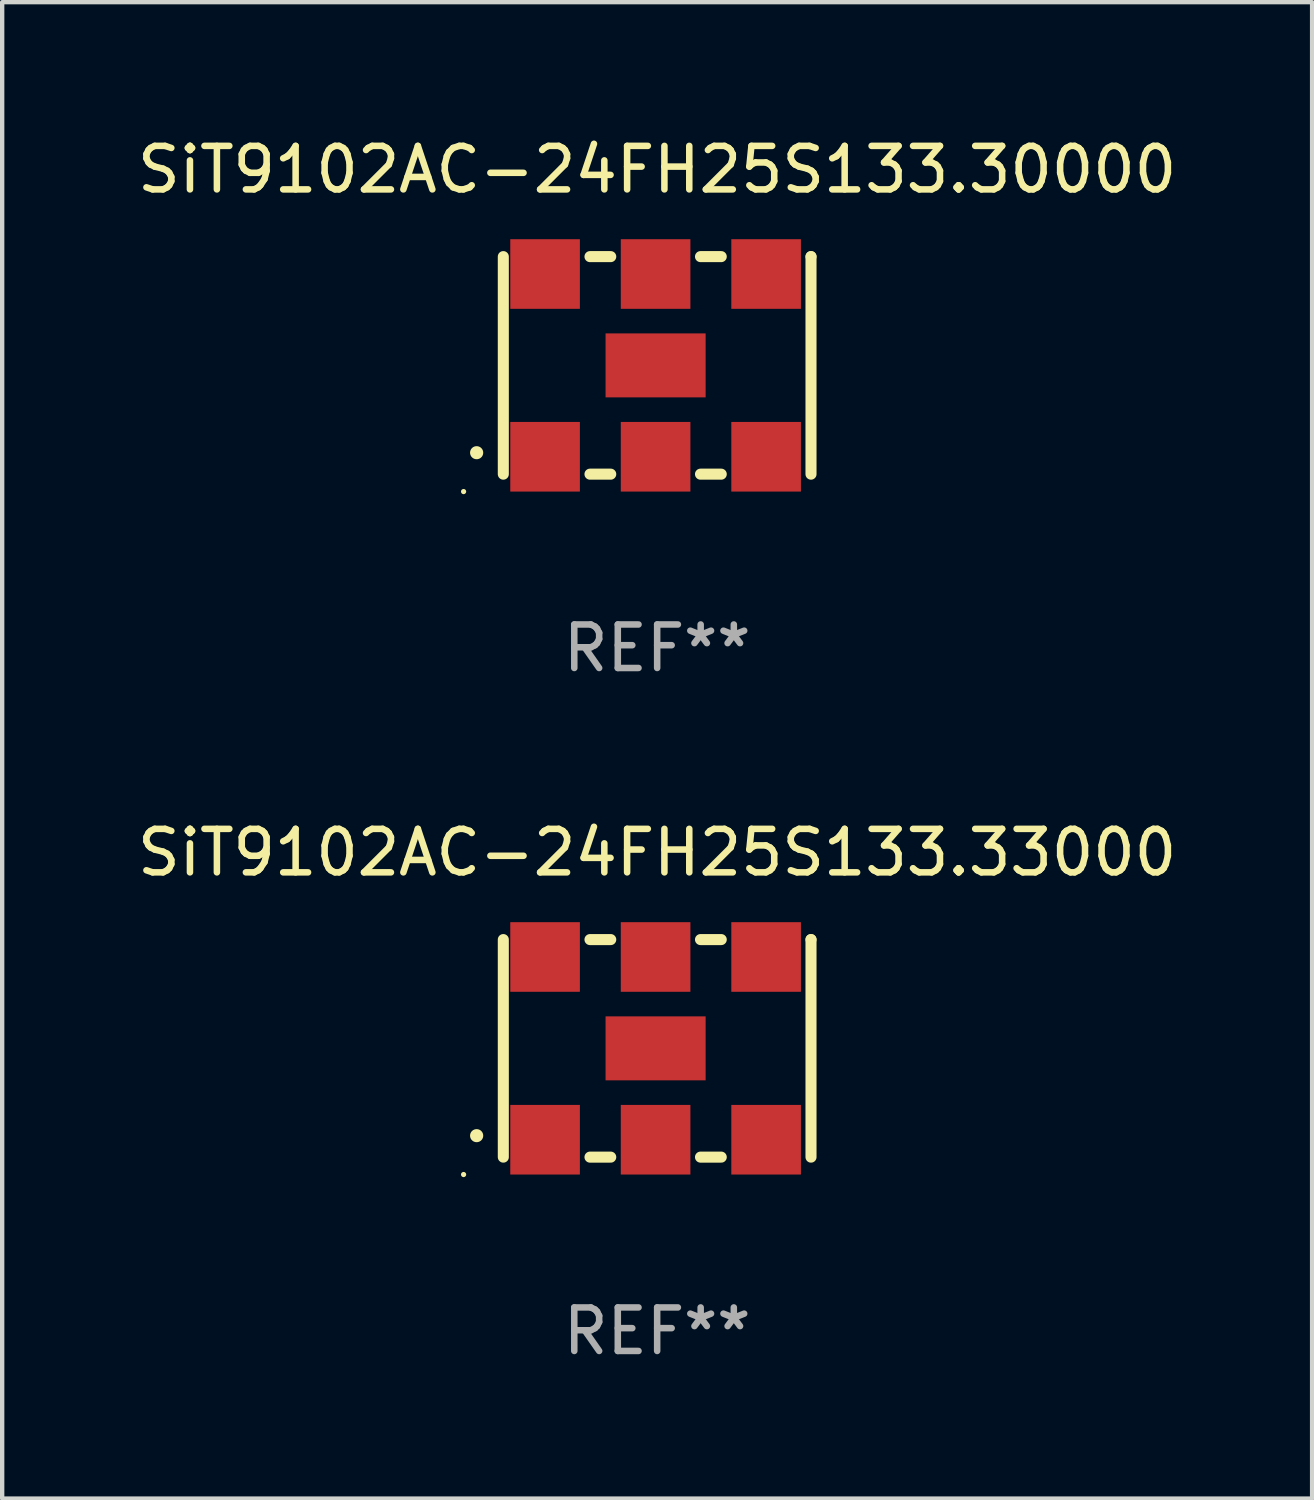
<source format=kicad_pcb>
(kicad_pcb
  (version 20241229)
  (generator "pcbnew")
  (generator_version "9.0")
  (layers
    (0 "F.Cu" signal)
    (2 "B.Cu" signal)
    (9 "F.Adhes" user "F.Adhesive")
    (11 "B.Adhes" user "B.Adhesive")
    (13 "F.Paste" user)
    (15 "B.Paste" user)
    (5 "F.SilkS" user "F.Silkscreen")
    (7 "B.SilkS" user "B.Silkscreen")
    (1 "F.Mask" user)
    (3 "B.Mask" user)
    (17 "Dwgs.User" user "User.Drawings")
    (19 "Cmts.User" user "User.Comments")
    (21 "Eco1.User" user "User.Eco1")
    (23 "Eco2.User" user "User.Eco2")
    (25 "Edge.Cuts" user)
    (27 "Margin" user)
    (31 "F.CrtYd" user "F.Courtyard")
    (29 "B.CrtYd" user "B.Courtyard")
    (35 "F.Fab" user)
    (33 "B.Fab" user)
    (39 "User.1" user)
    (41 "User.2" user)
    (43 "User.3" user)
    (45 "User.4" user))
  (footprint "SiT9102AC-24FH25S133.30000"
    (layer "F.Cu")
    (at 12.054 5.348)
    (property "Reference" "SiT9102AC-24FH25S133.30000" (at 0 -4.5 0) (layer "F.SilkS") (effects (font (size 1 1) (thickness 0.15))))
    (attr through_hole)
    (fp_line (start -3.536 -2.5) (end -3.536 2.5) (stroke (width 0.254) (type solid)) (layer "F.SilkS"))
    (fp_line (start -1.544 2.5) (end -1.067 2.5) (stroke (width 0.254) (type solid)) (layer "F.SilkS"))
    (fp_line (start -1.067 -2.5) (end -1.544 -2.5) (stroke (width 0.254) (type solid)) (layer "F.SilkS"))
    (fp_line (start 0.996 2.5) (end 1.473 2.5) (stroke (width 0.254) (type solid)) (layer "F.SilkS"))
    (fp_line (start 1.473 -2.5) (end 0.996 -2.5) (stroke (width 0.254) (type solid)) (layer "F.SilkS"))
    (fp_line (start 3.536 -2.5) (end 3.536 -2.5) (stroke (width 0.254) (type solid)) (layer "F.SilkS"))
    (fp_line (start 3.536 2.5) (end 3.536 -2.5) (stroke (width 0.254) (type solid)) (layer "F.SilkS"))
    (fp_arc (start -4.150432 2.006604) (mid -4.149162 2.006599) (end -4.147892 2.006604) (stroke (width 0.3) (type solid)) (layer "F.SilkS"))
    (fp_circle (center -4.449 2.9) (end -4.419 2.9) (stroke (width 0.06) (type solid)) (fill no) (layer "F.SilkS"))
    (fp_text user "REF**" (at 0 6.5 0) (layer "F.Fab") (effects (font (size 1 1) (thickness 0.15))))
    (pad "1" smd rect (at -2.576 2.1) (size 1.6 1.6) (layers "F.Cu" "F.Mask" "F.Paste"))
    (pad "2" smd rect (at -0.036 2.1) (size 1.6 1.6) (layers "F.Cu" "F.Mask" "F.Paste"))
    (pad "3" smd rect (at 2.504 2.1) (size 1.6 1.6) (layers "F.Cu" "F.Mask" "F.Paste"))
    (pad "4" smd rect (at 2.504 -2.1) (size 1.6 1.6) (layers "F.Cu" "F.Mask" "F.Paste"))
    (pad "5" smd rect (at -0.036 -2.1) (size 1.6 1.6) (layers "F.Cu" "F.Mask" "F.Paste"))
    (pad "6" smd rect (at -2.576 -2.1) (size 1.6 1.6) (layers "F.Cu" "F.Mask" "F.Paste"))
    (pad "7" smd rect (at -0.036 0) (size 2.3 1.47) (layers "F.Cu" "F.Mask" "F.Paste")))
  (footprint "SiT9102AC-24FH25S133.33000"
    (layer "F.Cu")
    (at 12.054 21.045)
    (property "Reference" "SiT9102AC-24FH25S133.33000" (at 0 -4.5 0) (layer "F.SilkS") (effects (font (size 1 1) (thickness 0.15))))
    (attr through_hole)
    (fp_line (start -3.536 -2.5) (end -3.536 2.5) (stroke (width 0.254) (type solid)) (layer "F.SilkS"))
    (fp_line (start -1.544 2.5) (end -1.067 2.5) (stroke (width 0.254) (type solid)) (layer "F.SilkS"))
    (fp_line (start -1.067 -2.5) (end -1.544 -2.5) (stroke (width 0.254) (type solid)) (layer "F.SilkS"))
    (fp_line (start 0.996 2.5) (end 1.473 2.5) (stroke (width 0.254) (type solid)) (layer "F.SilkS"))
    (fp_line (start 1.473 -2.5) (end 0.996 -2.5) (stroke (width 0.254) (type solid)) (layer "F.SilkS"))
    (fp_line (start 3.536 -2.5) (end 3.536 -2.5) (stroke (width 0.254) (type solid)) (layer "F.SilkS"))
    (fp_line (start 3.536 2.5) (end 3.536 -2.5) (stroke (width 0.254) (type solid)) (layer "F.SilkS"))
    (fp_arc (start -4.150432 2.006604) (mid -4.149162 2.006599) (end -4.147892 2.006604) (stroke (width 0.3) (type solid)) (layer "F.SilkS"))
    (fp_circle (center -4.449 2.9) (end -4.419 2.9) (stroke (width 0.06) (type solid)) (fill no) (layer "F.SilkS"))
    (fp_text user "REF**" (at 0 6.5 0) (layer "F.Fab") (effects (font (size 1 1) (thickness 0.15))))
    (pad "1" smd rect (at -2.576 2.1) (size 1.6 1.6) (layers "F.Cu" "F.Mask" "F.Paste"))
    (pad "2" smd rect (at -0.036 2.1) (size 1.6 1.6) (layers "F.Cu" "F.Mask" "F.Paste"))
    (pad "3" smd rect (at 2.504 2.1) (size 1.6 1.6) (layers "F.Cu" "F.Mask" "F.Paste"))
    (pad "4" smd rect (at 2.504 -2.1) (size 1.6 1.6) (layers "F.Cu" "F.Mask" "F.Paste"))
    (pad "5" smd rect (at -0.036 -2.1) (size 1.6 1.6) (layers "F.Cu" "F.Mask" "F.Paste"))
    (pad "6" smd rect (at -2.576 -2.1) (size 1.6 1.6) (layers "F.Cu" "F.Mask" "F.Paste"))
    (pad "7" smd rect (at -0.036 0) (size 2.3 1.47) (layers "F.Cu" "F.Mask" "F.Paste")))
  (gr_rect
    (start -3 -3)
    (end 27.107 31.393)
    (stroke (width 0.1) (type default))
    (fill no)
    (layer "Edge.Cuts")))
</source>
